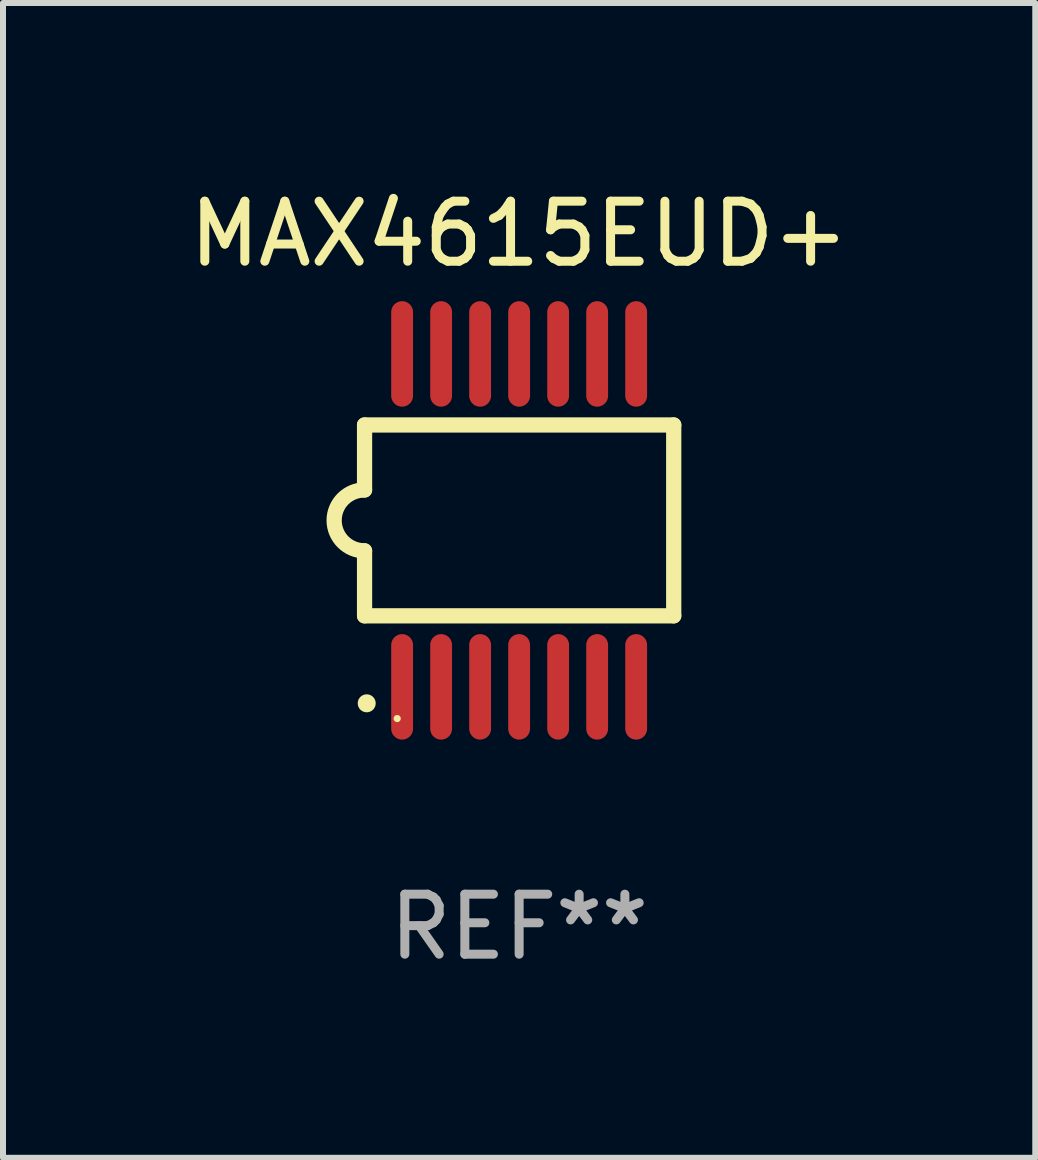
<source format=kicad_pcb>
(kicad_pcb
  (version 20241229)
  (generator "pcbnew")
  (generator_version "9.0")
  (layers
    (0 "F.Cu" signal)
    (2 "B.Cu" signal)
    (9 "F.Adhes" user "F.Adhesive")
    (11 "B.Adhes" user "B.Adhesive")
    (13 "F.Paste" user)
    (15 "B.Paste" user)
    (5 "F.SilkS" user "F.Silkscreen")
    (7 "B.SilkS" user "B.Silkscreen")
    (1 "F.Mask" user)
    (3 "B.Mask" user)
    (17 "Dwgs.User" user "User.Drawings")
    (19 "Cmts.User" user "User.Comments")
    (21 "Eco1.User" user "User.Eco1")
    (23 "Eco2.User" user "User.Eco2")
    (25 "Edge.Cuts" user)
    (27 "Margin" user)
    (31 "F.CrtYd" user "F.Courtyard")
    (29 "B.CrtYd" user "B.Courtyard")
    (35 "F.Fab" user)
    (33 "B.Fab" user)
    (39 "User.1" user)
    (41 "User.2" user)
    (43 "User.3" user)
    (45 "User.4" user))
  (footprint "MAX4615EUD+"
    (layer "F.Cu")
    (at 5.601 5.622)
    (property "Reference" "MAX4615EUD+" (at 0 -4.774 0) (layer "F.SilkS") (effects (font (size 1 1) (thickness 0.15))))
    (attr through_hole)
    (fp_line (start -2.576 -1.59) (end -2.576 -0.508) (stroke (width 0.254) (type solid)) (layer "F.SilkS"))
    (fp_line (start -2.576 -1.59) (end 2.576 -1.59) (stroke (width 0.254) (type solid)) (layer "F.SilkS"))
    (fp_line (start -2.576 1.59) (end -2.576 0.508) (stroke (width 0.254) (type solid)) (layer "F.SilkS"))
    (fp_line (start 2.576 -1.59) (end 2.576 1.59) (stroke (width 0.254) (type solid)) (layer "F.SilkS"))
    (fp_line (start 2.576 1.59) (end -2.576 1.59) (stroke (width 0.254) (type solid)) (layer "F.SilkS"))
    (fp_arc (start -2.576099 0.506706) (mid -3.081511 0) (end -2.576098 -0.506706) (stroke (width 0.254001) (type solid)) (layer "F.SilkS"))
    (fp_circle (center -2.54 3.048) (end -2.465 3.048) (stroke (width 0.15) (type solid)) (fill no) (layer "F.SilkS"))
    (fp_circle (center -2.032 3.302) (end -2.002 3.302) (stroke (width 0.06) (type solid)) (fill no) (layer "F.SilkS"))
    (fp_text user "REF**" (at 0 6.774 0) (layer "F.Fab") (effects (font (size 1 1) (thickness 0.15))))
    (pad "1" smd oval (at -1.95 2.774) (size 0.364 1.758) (layers "F.Cu" "F.Mask" "F.Paste"))
    (pad "2" smd oval (at -1.3 2.774) (size 0.364 1.758) (layers "F.Cu" "F.Mask" "F.Paste"))
    (pad "3" smd oval (at -0.65 2.774) (size 0.364 1.758) (layers "F.Cu" "F.Mask" "F.Paste"))
    (pad "4" smd oval (at 0 2.774) (size 0.364 1.758) (layers "F.Cu" "F.Mask" "F.Paste"))
    (pad "5" smd oval (at 0.65 2.774) (size 0.364 1.758) (layers "F.Cu" "F.Mask" "F.Paste"))
    (pad "6" smd oval (at 1.3 2.774) (size 0.364 1.758) (layers "F.Cu" "F.Mask" "F.Paste"))
    (pad "7" smd oval (at 1.95 2.774) (size 0.364 1.758) (layers "F.Cu" "F.Mask" "F.Paste"))
    (pad "8" smd oval (at 1.95 -2.774) (size 0.364 1.758) (layers "F.Cu" "F.Mask" "F.Paste"))
    (pad "9" smd oval (at 1.3 -2.774) (size 0.364 1.758) (layers "F.Cu" "F.Mask" "F.Paste"))
    (pad "10" smd oval (at 0.65 -2.774) (size 0.364 1.758) (layers "F.Cu" "F.Mask" "F.Paste"))
    (pad "11" smd oval (at 0 -2.774) (size 0.364 1.758) (layers "F.Cu" "F.Mask" "F.Paste"))
    (pad "12" smd oval (at -0.65 -2.774) (size 0.364 1.758) (layers "F.Cu" "F.Mask" "F.Paste"))
    (pad "13" smd oval (at -1.3 -2.774) (size 0.364 1.758) (layers "F.Cu" "F.Mask" "F.Paste"))
    (pad "14" smd oval (at -1.95 -2.774) (size 0.364 1.758) (layers "F.Cu" "F.Mask" "F.Paste")))
  (gr_rect
    (start -3 -3)
    (end 14.202 16.244)
    (stroke (width 0.1) (type default))
    (fill no)
    (layer "Edge.Cuts")))
</source>
